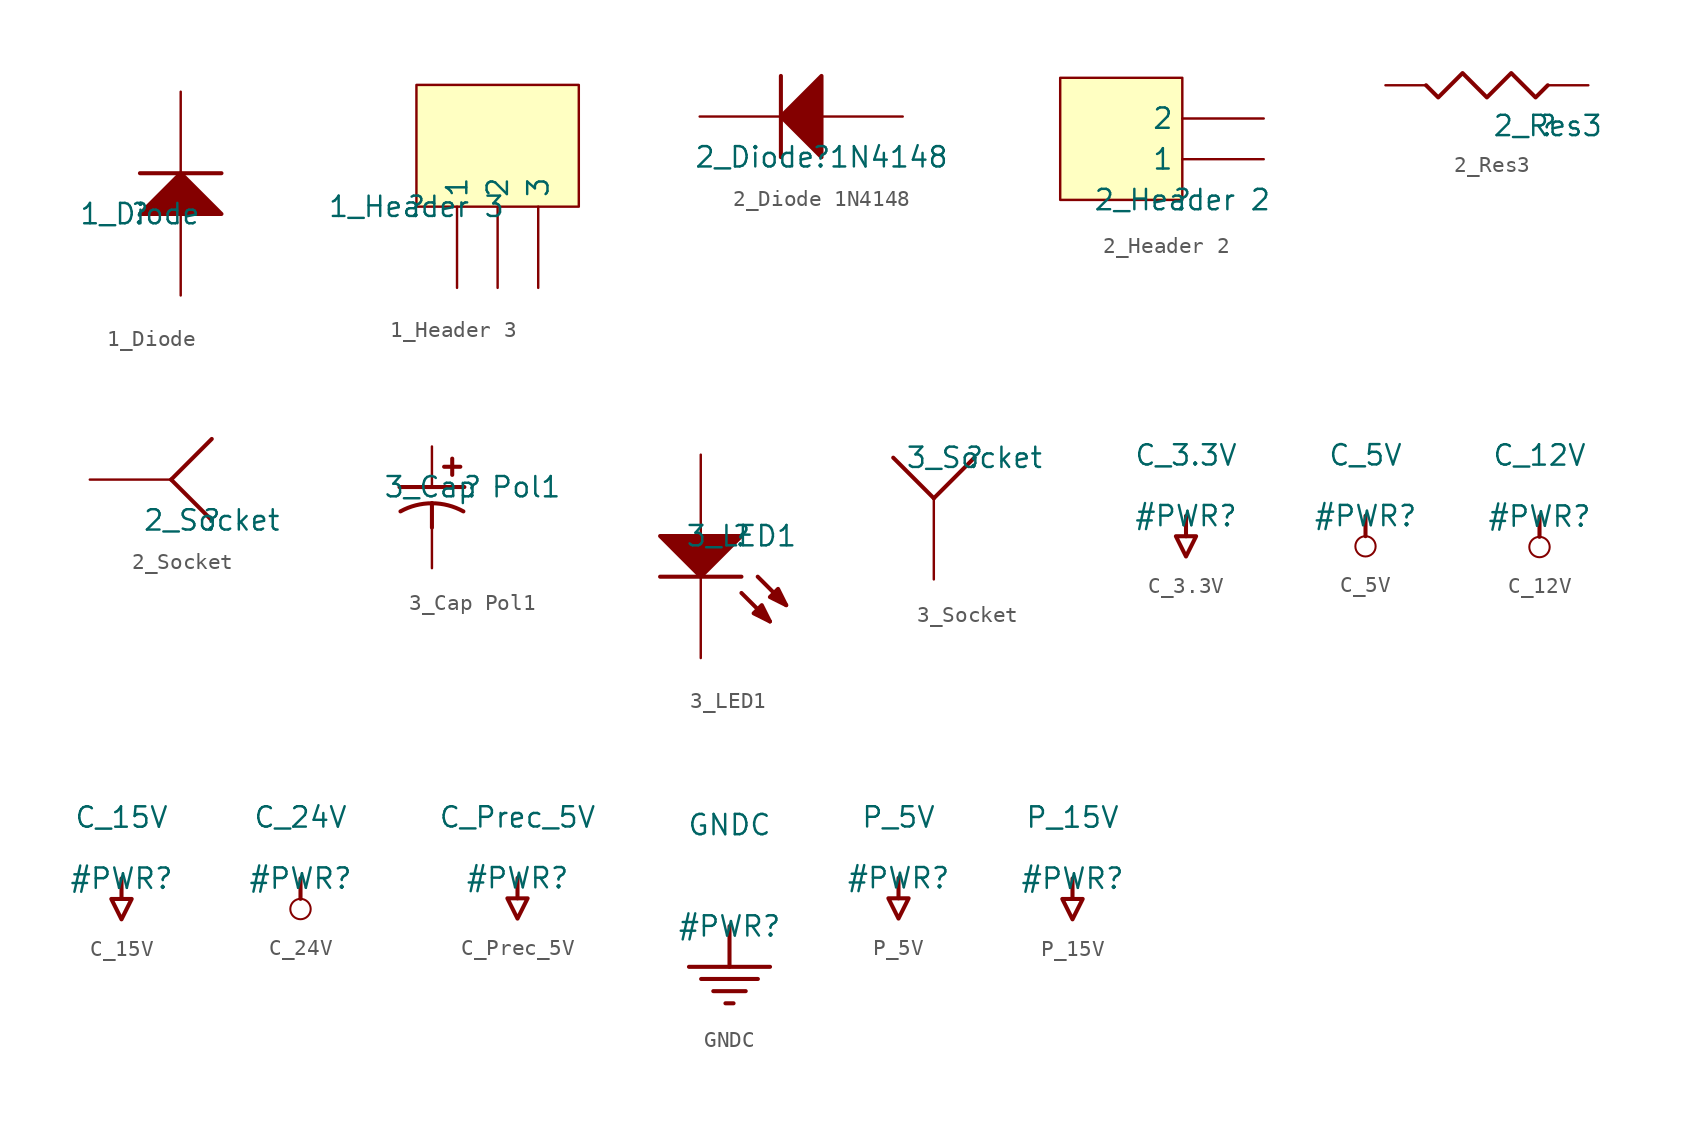
<source format=kicad_sym>
(kicad_symbol_lib
  (version 20211014)
  (generator kicad_symbol_editor)
  (symbol "1_Diode"
    (property "Reference" ""
      (at 0 0 0)
      (effects (font (size 1.27 1.27))))
    (property "Value" "1_Diode"
      (at 0 0 0)
      (effects (font (size 1.27 1.27))))
    (symbol "1_Diode_1_0"
      (polyline (pts (xy 0 2.54) (xy 5.08 2.54)) (stroke (width 0.254) (type default) (color 0 0 0 0)) (fill (type none)))
      (polyline (pts (xy 5.08 0) (xy 2.54 2.54) (xy 0 0) (xy 5.08 0)) (stroke (width 0.254) (type default) (color 0 0 0 0)) (fill (type outline)))
      (pin passive line (at 2.54 -5.08 90) (length 5.08) (name "A" (effects (font (size 0 0)))) (number "1" (effects (font (size 0 0)))))
      (pin passive line (at 2.54 7.62 270) (length 5.08) (name "K" (effects (font (size 0 0)))) (number "2" (effects (font (size 0 0)))))))
  (symbol "1_Header 3"
    (property "Reference" ""
      (at 0 0 0)
      (effects (font (size 1.27 1.27))))
    (property "Value" "1_Header 3"
      (at 0 0 0)
      (effects (font (size 1.27 1.27))))
    (symbol "1_Header 3_1_0"
      (rectangle (start 10.16 7.62) (end 0 0) (stroke (width 0) (type default) (color 0 0 0 0)) (fill (type background)))
      (pin passive line (at 2.54 -5.08 90) (length 5.08) (name "1" (effects (font (size 1.27 1.27)))) (number "1" (effects (font (size 0 0)))))
      (pin passive line (at 5.08 -5.08 90) (length 5.08) (name "2" (effects (font (size 1.27 1.27)))) (number "2" (effects (font (size 0 0)))))
      (pin passive line (at 7.62 -5.08 90) (length 5.08) (name "3" (effects (font (size 1.27 1.27)))) (number "3" (effects (font (size 0 0)))))))
  (symbol "2_Diode 1N4148"
    (property "Reference" ""
      (at 0 0 0)
      (effects (font (size 1.27 1.27))))
    (property "Value" "2_Diode 1N4148"
      (at 0 0 0)
      (effects (font (size 1.27 1.27))))
    (symbol "2_Diode 1N4148_1_0"
      (polyline (pts (xy -2.54 0) (xy -2.54 5.08)) (stroke (width 0.254) (type default) (color 0 0 0 0)) (fill (type none)))
      (polyline (pts (xy 0 5.08) (xy -2.54 2.54) (xy 0 0) (xy 0 5.08)) (stroke (width 0.254) (type default) (color 0 0 0 0)) (fill (type outline)))
      (pin passive line (at 5.08 2.54 180) (length 5.08) (name "A" (effects (font (size 0 0)))) (number "1" (effects (font (size 0 0)))))
      (pin passive line (at -7.62 2.54 0) (length 5.08) (name "K" (effects (font (size 0 0)))) (number "2" (effects (font (size 0 0)))))))
  (symbol "2_Header 2"
    (property "Reference" ""
      (at 0 0 0)
      (effects (font (size 1.27 1.27))))
    (property "Value" "2_Header 2"
      (at 0 0 0)
      (effects (font (size 1.27 1.27))))
    (symbol "2_Header 2_1_0"
      (rectangle (start 0 7.62) (end -7.62 0) (stroke (width 0) (type default) (color 0 0 0 0)) (fill (type background)))
      (pin passive line (at 5.08 2.54 180) (length 5.08) (name "1" (effects (font (size 1.27 1.27)))) (number "1" (effects (font (size 0 0)))))
      (pin passive line (at 5.08 5.08 180) (length 5.08) (name "2" (effects (font (size 1.27 1.27)))) (number "2" (effects (font (size 0 0)))))))
  (symbol "2_Res3"
    (property "Reference" ""
      (at 0 0 0)
      (effects (font (size 1.27 1.27))))
    (property "Value" "2_Res3"
      (at 0 0 0)
      (effects (font (size 1.27 1.27))))
    (symbol "2_Res3_1_0"
      (polyline (pts (xy -7.62 2.54) (xy -6.858 1.778) (xy -5.334 3.302) (xy -3.81 1.778) (xy -2.286 3.302) (xy -0.762 1.778) (xy 0 2.54)) (stroke (width 0.254) (type default) (color 0 0 0 0)) (fill (type none)))
      (pin passive line (at 2.54 2.54 180) (length 2.54) (name "1" (effects (font (size 0 0)))) (number "1" (effects (font (size 0 0)))))
      (pin passive line (at -10.16 2.54 0) (length 2.54) (name "2" (effects (font (size 0 0)))) (number "2" (effects (font (size 0 0)))))))
  (symbol "2_Socket"
    (property "Reference" ""
      (at 0 0 0)
      (effects (font (size 1.27 1.27))))
    (property "Value" "2_Socket"
      (at 0 0 0)
      (effects (font (size 1.27 1.27))))
    (symbol "2_Socket_1_0"
      (polyline (pts (xy -2.54 2.54) (xy 0 5.08)) (stroke (width 0.254) (type default) (color 0 0 0 0)) (fill (type none)))
      (polyline (pts (xy 0 0) (xy -2.54 2.54)) (stroke (width 0.254) (type default) (color 0 0 0 0)) (fill (type none)))
      (pin passive line (at -7.62 2.54 0) (length 5.08) (name "1" (effects (font (size 0 0)))) (number "1" (effects (font (size 0 0)))))))
  (symbol "3_Cap Pol1"
    (property "Reference" ""
      (at 0 0 0)
      (effects (font (size 1.27 1.27))))
    (property "Value" "3_Cap Pol1"
      (at 0 0 0)
      (effects (font (size 1.27 1.27))))
    (symbol "3_Cap Pol1_1_0"
      (arc (start -2.54 -1.016) (mid -3.5575 -1.1454) (end -4.5103 -1.5255) (stroke (width 0.254) (type default) (color 0 0 0 0)) (fill (type none)))
      (arc (start -0.5697 -1.5255) (mid -1.5224 -1.1454) (end -2.54 -1.016) (stroke (width 0.254) (type default) (color 0 0 0 0)) (fill (type none)))
      (polyline (pts (xy -4.572 0) (xy -0.508 0)) (stroke (width 0.254) (type default) (color 0 0 0 0)) (fill (type none)))
      (polyline (pts (xy -2.54 -1.016) (xy -2.54 -2.54)) (stroke (width 0.254) (type default) (color 0 0 0 0)) (fill (type none)))
      (polyline (pts (xy -1.778 1.27) (xy -0.762 1.27)) (stroke (width 0.254) (type default) (color 0 0 0 0)) (fill (type none)))
      (polyline (pts (xy -1.27 0.762) (xy -1.27 1.778)) (stroke (width 0.254) (type default) (color 0 0 0 0)) (fill (type none)))
      (pin passive line (at -2.54 2.54 270) (length 2.54) (name "1" (effects (font (size 0 0)))) (number "1" (effects (font (size 0 0)))))
      (pin passive line (at -2.54 -5.08 90) (length 2.54) (name "2" (effects (font (size 0 0)))) (number "2" (effects (font (size 0 0)))))))
  (symbol "3_LED1"
    (property "Reference" ""
      (at 0 0 0)
      (effects (font (size 1.27 1.27))))
    (property "Value" "3_LED1"
      (at 0 0 0)
      (effects (font (size 1.27 1.27))))
    (symbol "3_LED1_1_0"
      (polyline (pts (xy 0 -3.556) (xy 1.778 -5.334)) (stroke (width 0.254) (type default) (color 0 0 0 0)) (fill (type none)))
      (polyline (pts (xy 0 -2.54) (xy -5.08 -2.54)) (stroke (width 0.254) (type default) (color 0 0 0 0)) (fill (type none)))
      (polyline (pts (xy 1.016 -2.54) (xy 2.794 -4.318)) (stroke (width 0.254) (type default) (color 0 0 0 0)) (fill (type none)))
      (polyline (pts (xy -5.08 0) (xy -2.54 -2.54) (xy 0 0) (xy -5.08 0)) (stroke (width 0.254) (type default) (color 0 0 0 0)) (fill (type outline)))
      (polyline (pts (xy 1.778 -5.334) (xy 1.27 -4.318) (xy 0.762 -4.826) (xy 1.778 -5.334)) (stroke (width 0.254) (type default) (color 0 0 0 0)) (fill (type outline)))
      (polyline (pts (xy 2.794 -4.318) (xy 2.286 -3.302) (xy 1.778 -3.81) (xy 2.794 -4.318)) (stroke (width 0.254) (type default) (color 0 0 0 0)) (fill (type outline)))
      (pin passive line (at -2.54 5.08 270) (length 5.08) (name "A" (effects (font (size 0 0)))) (number "1" (effects (font (size 0 0)))))
      (pin passive line (at -2.54 -7.62 90) (length 5.08) (name "K" (effects (font (size 0 0)))) (number "2" (effects (font (size 0 0)))))))
  (symbol "3_Socket"
    (property "Reference" ""
      (at 0 0 0)
      (effects (font (size 1.27 1.27))))
    (property "Value" "3_Socket"
      (at 0 0 0)
      (effects (font (size 1.27 1.27))))
    (symbol "3_Socket_1_0"
      (polyline (pts (xy -2.54 -2.54) (xy -5.08 0)) (stroke (width 0.254) (type default) (color 0 0 0 0)) (fill (type none)))
      (polyline (pts (xy 0 0) (xy -2.54 -2.54)) (stroke (width 0.254) (type default) (color 0 0 0 0)) (fill (type none)))
      (pin passive line (at -2.54 -7.62 90) (length 5.08) (name "1" (effects (font (size 0 0)))) (number "1" (effects (font (size 0 0)))))))
  (symbol "C_3.3V"
    (power)
    (property "Reference" "#PWR"
      (at 0 0 0)
      (effects (font (size 1.27 1.27))))
    (property "Value" "C_3.3V"
      (at 0 3.81 0)
      (effects (font (size 1.27 1.27))))
    (symbol "C_3.3V_0_0"
      (polyline (pts (xy 0 0) (xy 0 -1.27)) (stroke (width 0.254) (type default) (color 0 0 0 0)) (fill (type none)))
      (polyline (pts (xy -0.635 -1.27) (xy 0.635 -1.27) (xy 0 -2.54) (xy -0.635 -1.27)) (stroke (width 0.254) (type default) (color 0 0 0 0)) (fill (type none)))
      (pin power_in line (at 0 0 0) (length 0) hide (name "C_3.3V" (effects (font (size 1.27 1.27)))) (number "" (effects (font (size 1.27 1.27)))))))
  (symbol "C_5V"
    (power)
    (property "Reference" "#PWR"
      (at 0 0 0)
      (effects (font (size 1.27 1.27))))
    (property "Value" "C_5V"
      (at 0 3.81 0)
      (effects (font (size 1.27 1.27))))
    (symbol "C_5V_0_0"
      (circle (center 0 -1.905) (radius 0.635) (stroke (width 0.127) (type default) (color 0 0 0 0)) (fill (type none)))
      (polyline (pts (xy 0 0) (xy 0 -1.27)) (stroke (width 0.254) (type default) (color 0 0 0 0)) (fill (type none)))
      (pin power_in line (at 0 0 0) (length 0) hide (name "C_5V" (effects (font (size 1.27 1.27)))) (number "" (effects (font (size 1.27 1.27)))))))
  (symbol "C_12V"
    (power)
    (property "Reference" "#PWR"
      (at 0 0 0)
      (effects (font (size 1.27 1.27))))
    (property "Value" "C_12V"
      (at 0 3.81 0)
      (effects (font (size 1.27 1.27))))
    (symbol "C_12V_0_0"
      (circle (center 0 -1.905) (radius 0.635) (stroke (width 0.127) (type default) (color 0 0 0 0)) (fill (type none)))
      (polyline (pts (xy 0 0) (xy 0 -1.27)) (stroke (width 0.254) (type default) (color 0 0 0 0)) (fill (type none)))
      (pin power_in line (at 0 0 0) (length 0) hide (name "C_12V" (effects (font (size 1.27 1.27)))) (number "" (effects (font (size 1.27 1.27)))))))
  (symbol "C_15V"
    (power)
    (property "Reference" "#PWR"
      (at 0 0 0)
      (effects (font (size 1.27 1.27))))
    (property "Value" "C_15V"
      (at 0 3.81 0)
      (effects (font (size 1.27 1.27))))
    (symbol "C_15V_0_0"
      (polyline (pts (xy 0 0) (xy 0 -1.27)) (stroke (width 0.254) (type default) (color 0 0 0 0)) (fill (type none)))
      (polyline (pts (xy -0.635 -1.27) (xy 0.635 -1.27) (xy 0 -2.54) (xy -0.635 -1.27)) (stroke (width 0.254) (type default) (color 0 0 0 0)) (fill (type none)))
      (pin power_in line (at 0 0 0) (length 0) hide (name "C_15V" (effects (font (size 1.27 1.27)))) (number "" (effects (font (size 1.27 1.27)))))))
  (symbol "C_24V"
    (power)
    (property "Reference" "#PWR"
      (at 0 0 0)
      (effects (font (size 1.27 1.27))))
    (property "Value" "C_24V"
      (at 0 3.81 0)
      (effects (font (size 1.27 1.27))))
    (symbol "C_24V_0_0"
      (circle (center 0 -1.905) (radius 0.635) (stroke (width 0.127) (type default) (color 0 0 0 0)) (fill (type none)))
      (polyline (pts (xy 0 0) (xy 0 -1.27)) (stroke (width 0.254) (type default) (color 0 0 0 0)) (fill (type none)))
      (pin power_in line (at 0 0 0) (length 0) hide (name "C_24V" (effects (font (size 1.27 1.27)))) (number "" (effects (font (size 1.27 1.27)))))))
  (symbol "C_Prec_5V"
    (power)
    (property "Reference" "#PWR"
      (at 0 0 0)
      (effects (font (size 1.27 1.27))))
    (property "Value" "C_Prec_5V"
      (at 0 3.81 0)
      (effects (font (size 1.27 1.27))))
    (symbol "C_Prec_5V_0_0"
      (polyline (pts (xy 0 0) (xy 0 -1.27)) (stroke (width 0.254) (type default) (color 0 0 0 0)) (fill (type none)))
      (polyline (pts (xy -0.635 -1.27) (xy 0.635 -1.27) (xy 0 -2.54) (xy -0.635 -1.27)) (stroke (width 0.254) (type default) (color 0 0 0 0)) (fill (type none)))
      (pin power_in line (at 0 0 0) (length 0) hide (name "C_Prec_5V" (effects (font (size 1.27 1.27)))) (number "" (effects (font (size 1.27 1.27)))))))
  (symbol "GNDC"
    (power)
    (property "Reference" "#PWR"
      (at 0 0 0)
      (effects (font (size 1.27 1.27))))
    (property "Value" "GNDC"
      (at 0 6.35 0)
      (effects (font (size 1.27 1.27))))
    (symbol "GNDC_0_0"
      (polyline (pts (xy -2.54 -2.54) (xy 2.54 -2.54)) (stroke (width 0.254) (type default) (color 0 0 0 0)) (fill (type none)))
      (polyline (pts (xy -1.778 -3.302) (xy 1.778 -3.302)) (stroke (width 0.254) (type default) (color 0 0 0 0)) (fill (type none)))
      (polyline (pts (xy -1.016 -4.064) (xy 1.016 -4.064)) (stroke (width 0.254) (type default) (color 0 0 0 0)) (fill (type none)))
      (polyline (pts (xy -0.254 -4.826) (xy 0.254 -4.826)) (stroke (width 0.254) (type default) (color 0 0 0 0)) (fill (type none)))
      (polyline (pts (xy 0 0) (xy 0 -2.54)) (stroke (width 0.254) (type default) (color 0 0 0 0)) (fill (type none)))
      (pin power_in line (at 0 0 0) (length 0) hide (name "GNDC" (effects (font (size 1.27 1.27)))) (number "" (effects (font (size 1.27 1.27)))))))
  (symbol "P_5V"
    (power)
    (property "Reference" "#PWR"
      (at 0 0 0)
      (effects (font (size 1.27 1.27))))
    (property "Value" "P_5V"
      (at 0 3.81 0)
      (effects (font (size 1.27 1.27))))
    (symbol "P_5V_0_0"
      (polyline (pts (xy 0 0) (xy 0 -1.27)) (stroke (width 0.254) (type default) (color 0 0 0 0)) (fill (type none)))
      (polyline (pts (xy -0.635 -1.27) (xy 0.635 -1.27) (xy 0 -2.54) (xy -0.635 -1.27)) (stroke (width 0.254) (type default) (color 0 0 0 0)) (fill (type none)))
      (pin power_in line (at 0 0 0) (length 0) hide (name "P_5V" (effects (font (size 1.27 1.27)))) (number "" (effects (font (size 1.27 1.27)))))))
  (symbol "P_15V"
    (power)
    (property "Reference" "#PWR"
      (at 0 0 0)
      (effects (font (size 1.27 1.27))))
    (property "Value" "P_15V"
      (at 0 3.81 0)
      (effects (font (size 1.27 1.27))))
    (symbol "P_15V_0_0"
      (polyline (pts (xy 0 0) (xy 0 -1.27)) (stroke (width 0.254) (type default) (color 0 0 0 0)) (fill (type none)))
      (polyline (pts (xy -0.635 -1.27) (xy 0.635 -1.27) (xy 0 -2.54) (xy -0.635 -1.27)) (stroke (width 0.254) (type default) (color 0 0 0 0)) (fill (type none)))
      (pin power_in line (at 0 0 0) (length 0) hide (name "P_15V" (effects (font (size 1.27 1.27)))) (number "" (effects (font (size 1.27 1.27))))))))
</source>
